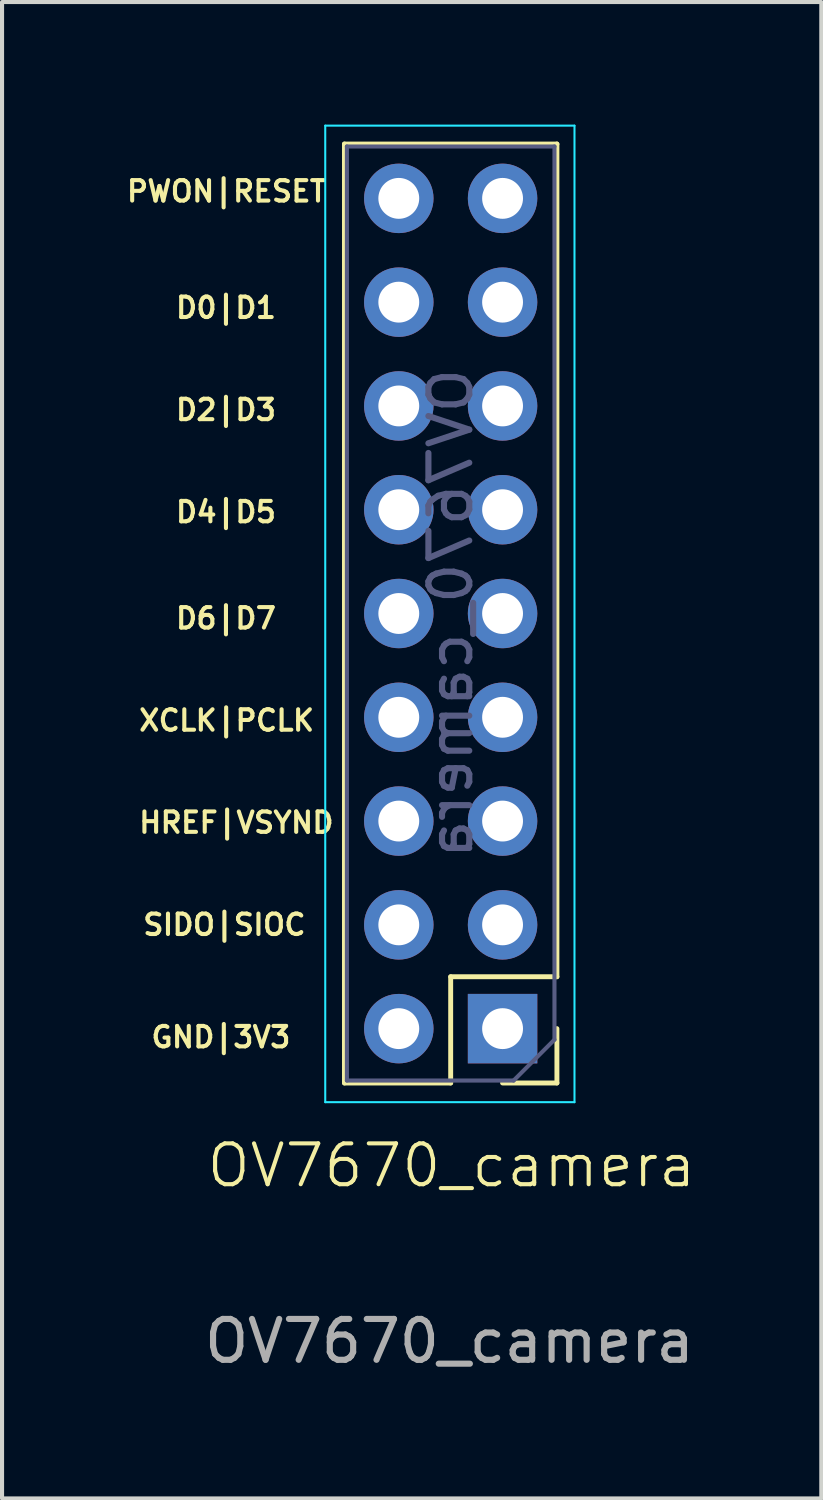
<source format=kicad_pcb>
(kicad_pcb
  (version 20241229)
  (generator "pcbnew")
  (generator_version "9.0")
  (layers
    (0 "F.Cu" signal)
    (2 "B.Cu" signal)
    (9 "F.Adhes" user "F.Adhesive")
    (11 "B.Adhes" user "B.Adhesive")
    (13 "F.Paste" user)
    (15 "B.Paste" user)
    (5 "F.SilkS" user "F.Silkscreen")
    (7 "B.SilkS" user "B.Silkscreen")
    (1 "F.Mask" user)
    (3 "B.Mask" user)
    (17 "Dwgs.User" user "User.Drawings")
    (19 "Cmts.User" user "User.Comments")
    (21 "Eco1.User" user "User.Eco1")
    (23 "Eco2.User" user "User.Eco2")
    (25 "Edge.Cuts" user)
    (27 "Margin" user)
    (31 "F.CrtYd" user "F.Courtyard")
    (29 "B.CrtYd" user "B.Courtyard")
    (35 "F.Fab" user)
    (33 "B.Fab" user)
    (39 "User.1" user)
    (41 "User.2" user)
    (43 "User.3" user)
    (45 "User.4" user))
  (footprint "OV7670_camera"
    (layer "F.Cu")
    (at 8 12.075)
    (property "Reference" "OV7670_camera" (at 0 13.4 0) (unlocked yes) (layer "F.SilkS") (effects (font (size 1 1) (thickness 0.1))))
    (attr through_hole)
    (fp_line (start -2.62 -11.6) (end 2.58 -11.6) (stroke (width 0.12) (type solid)) (layer "F.SilkS"))
    (fp_line (start -2.62 11.38) (end -2.62 -11.6) (stroke (width 0.12) (type solid)) (layer "F.SilkS"))
    (fp_line (start -2.62 11.38) (end -0.02 11.38) (stroke (width 0.12) (type solid)) (layer "F.SilkS"))
    (fp_line (start -0.02 8.78) (end 2.58 8.78) (stroke (width 0.12) (type solid)) (layer "F.SilkS"))
    (fp_line (start -0.02 11.38) (end -0.02 8.78) (stroke (width 0.12) (type solid)) (layer "F.SilkS"))
    (fp_line (start 1.25 11.38) (end 2.58 11.38) (stroke (width 0.12) (type solid)) (layer "F.SilkS"))
    (fp_line (start 2.58 8.78) (end 2.58 -11.6) (stroke (width 0.12) (type solid)) (layer "F.SilkS"))
    (fp_line (start 2.58 11.38) (end 2.58 10.05) (stroke (width 0.12) (type solid)) (layer "F.SilkS"))
    (fp_line (start -3.09 -12.05) (end -3.09 11.85) (stroke (width 0.05) (type solid)) (layer "B.CrtYd"))
    (fp_line (start -3.09 11.85) (end 3.01 11.85) (stroke (width 0.05) (type solid)) (layer "B.CrtYd"))
    (fp_line (start 3.01 -12.05) (end -3.09 -12.05) (stroke (width 0.05) (type solid)) (layer "B.CrtYd"))
    (fp_line (start 3.01 11.85) (end 3.01 -12.05) (stroke (width 0.05) (type solid)) (layer "B.CrtYd"))
    (fp_line (start -2.56 -11.54) (end -2.56 11.32) (stroke (width 0.1) (type solid)) (layer "B.Fab"))
    (fp_line (start -2.56 11.32) (end 1.52 11.32) (stroke (width 0.1) (type solid)) (layer "B.Fab"))
    (fp_line (start 1.52 11.32) (end 2.52 10.32) (stroke (width 0.1) (type solid)) (layer "B.Fab"))
    (fp_line (start 2.52 -11.54) (end -2.56 -11.54) (stroke (width 0.1) (type solid)) (layer "B.Fab"))
    (fp_line (start 2.52 10.32) (end 2.52 -11.54) (stroke (width 0.1) (type solid)) (layer "B.Fab"))
    (fp_text user "D0|D1" (at -6.8 -7.3 0) (unlocked yes) (layer "F.SilkS") (effects (font (size 0.5 0.5) (thickness 0.1) (bold yes)) (justify left bottom)))
    (fp_text user "D6|D7" (at -6.8 0.3 0) (unlocked yes) (layer "F.SilkS") (effects (font (size 0.5 0.5) (thickness 0.1) (bold yes)) (justify left bottom)))
    (fp_text user "PWON|RESET" (at -8 -10.15 0) (unlocked yes) (layer "F.SilkS") (effects (font (size 0.5 0.5) (thickness 0.1) (bold yes)) (justify left bottom)))
    (fp_text user "XCLK|PCLK" (at -7.7 2.8 0) (unlocked yes) (layer "F.SilkS") (effects (font (size 0.5 0.5) (thickness 0.1) (bold yes)) (justify left bottom)))
    (fp_text user "D2|D3" (at -6.8 -4.8 0) (unlocked yes) (layer "F.SilkS") (effects (font (size 0.5 0.5) (thickness 0.1) (bold yes)) (justify left bottom)))
    (fp_text user "D4|D5" (at -6.8 -2.3 0) (unlocked yes) (layer "F.SilkS") (effects (font (size 0.5 0.5) (thickness 0.1) (bold yes)) (justify left bottom)))
    (fp_text user "GND|3V3" (at -7.4 10.55 0) (unlocked yes) (layer "F.SilkS") (effects (font (size 0.5 0.5) (thickness 0.1) (bold yes)) (justify left bottom)))
    (fp_text user "HREF|VSYND" (at -7.7 5.3 0) (unlocked yes) (layer "F.SilkS") (effects (font (size 0.5 0.5) (thickness 0.1) (bold yes)) (justify left bottom)))
    (fp_text user "SIDO|SIOC" (at -7.6 7.8 0) (unlocked yes) (layer "F.SilkS") (effects (font (size 0.5 0.5) (thickness 0.1) (bold yes)) (justify left bottom)))
    (fp_text user "${REFERENCE}" (at -0.02 -0.11 90) (layer "B.Fab") (effects (font (size 1 1) (thickness 0.15)) (justify mirror)))
    (fp_text user "${REFERENCE}" (at -0.05 17.7 0) (unlocked yes) (layer "F.Fab") (effects (font (size 1 1) (thickness 0.15))))
    (pad "1" thru_hole rect (at 1.25 10.05 180) (size 1.7 1.7) (drill 1) (layers "*.Cu" "*.Mask"))
    (pad "2" thru_hole oval (at -1.29 10.05 180) (size 1.7 1.7) (drill 1) (layers "*.Cu" "*.Mask"))
    (pad "3" thru_hole oval (at 1.25 7.51 180) (size 1.7 1.7) (drill 1) (layers "*.Cu" "*.Mask"))
    (pad "4" thru_hole oval (at -1.29 7.51 180) (size 1.7 1.7) (drill 1) (layers "*.Cu" "*.Mask"))
    (pad "5" thru_hole oval (at 1.25 4.97 180) (size 1.7 1.7) (drill 1) (layers "*.Cu" "*.Mask"))
    (pad "6" thru_hole oval (at -1.29 4.97 180) (size 1.7 1.7) (drill 1) (layers "*.Cu" "*.Mask"))
    (pad "7" thru_hole oval (at 1.25 2.43 180) (size 1.7 1.7) (drill 1) (layers "*.Cu" "*.Mask"))
    (pad "8" thru_hole oval (at -1.29 2.43 180) (size 1.7 1.7) (drill 1) (layers "*.Cu" "*.Mask"))
    (pad "9" thru_hole oval (at 1.25 -0.11 180) (size 1.7 1.7) (drill 1) (layers "*.Cu" "*.Mask"))
    (pad "10" thru_hole oval (at -1.29 -0.11 180) (size 1.7 1.7) (drill 1) (layers "*.Cu" "*.Mask"))
    (pad "11" thru_hole oval (at 1.25 -2.65 180) (size 1.7 1.7) (drill 1) (layers "*.Cu" "*.Mask"))
    (pad "12" thru_hole oval (at -1.29 -2.65 180) (size 1.7 1.7) (drill 1) (layers "*.Cu" "*.Mask"))
    (pad "13" thru_hole oval (at 1.25 -5.19 180) (size 1.7 1.7) (drill 1) (layers "*.Cu" "*.Mask"))
    (pad "14" thru_hole oval (at -1.29 -5.19 180) (size 1.7 1.7) (drill 1) (layers "*.Cu" "*.Mask"))
    (pad "15" thru_hole oval (at 1.25 -7.73 180) (size 1.7 1.7) (drill 1) (layers "*.Cu" "*.Mask"))
    (pad "16" thru_hole oval (at -1.29 -7.73 180) (size 1.7 1.7) (drill 1) (layers "*.Cu" "*.Mask"))
    (pad "17" thru_hole oval (at 1.25 -10.27 180) (size 1.7 1.7) (drill 1) (layers "*.Cu" "*.Mask"))
    (pad "18" thru_hole oval (at -1.29 -10.27 180) (size 1.7 1.7) (drill 1) (layers "*.Cu" "*.Mask")))
  (gr_rect
    (start -3 -3)
    (end 17.051 33.623)
    (stroke (width 0.1) (type default))
    (fill no)
    (layer "Edge.Cuts")))
</source>
